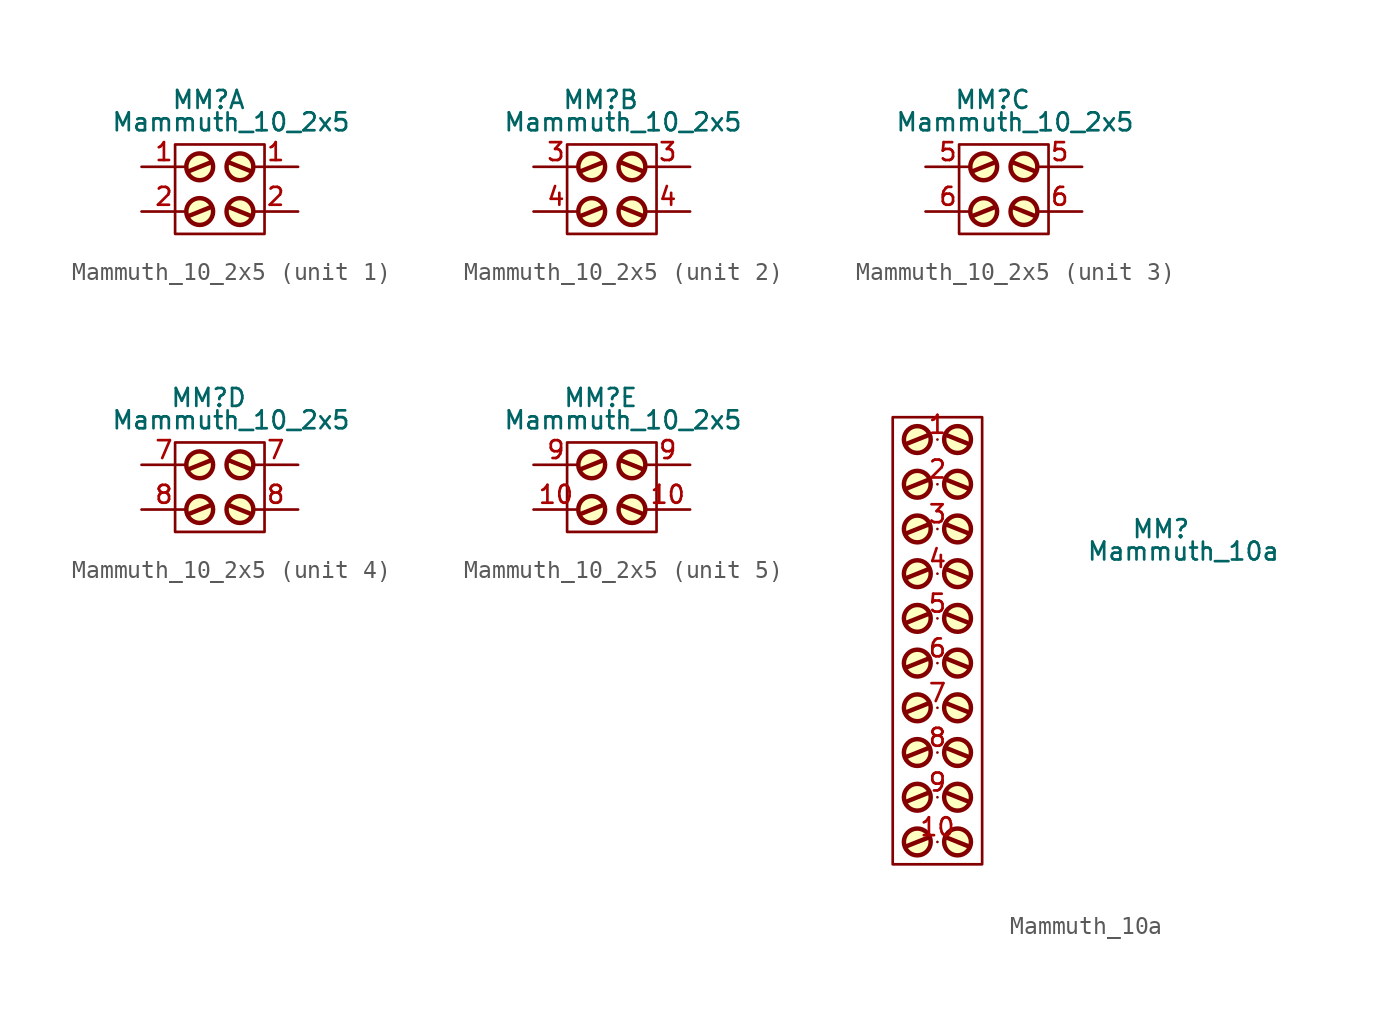
<source format=kicad_sym>
(kicad_symbol_lib
  (version 20211014)
  (generator kicad_symbol_editor)
  (symbol "Mammuth_10_2x5"
    (pin_names
      (offset 0.762) hide)
    (property "Reference" "MM"
      (at 3.81 3.81 0)
      (effects (font (size 1.016 1.016))))
    (property "Value" "Mammuth_10_2x5"
      (at 5.08 2.54 0)
      (effects (font (size 1.016 1.016))))
    (property "Footprint" ""
      (at 5.08 -3.81 0)
      (effects (font (size 1.524 1.524))))
    (property "Datasheet" ""
      (at 5.08 -3.81 0)
      (effects (font (size 1.524 1.524))))
    (symbol "Mammuth_10_2x5_0_1"
      (polyline (pts (xy 3.937 -2.286) (xy 2.667 -2.794)) (stroke (width 0.254) (type default) (color 0 0 0 0)) (fill (type none)))
      (polyline (pts (xy 3.937 0.254) (xy 2.667 -0.254)) (stroke (width 0.254) (type default) (color 0 0 0 0)) (fill (type none)))
      (polyline (pts (xy 4.953 -2.286) (xy 6.223 -2.794)) (stroke (width 0.254) (type default) (color 0 0 0 0)) (fill (type none)))
      (polyline (pts (xy 4.953 0.254) (xy 6.223 -0.254)) (stroke (width 0.254) (type default) (color 0 0 0 0)) (fill (type none)))
      (polyline (pts (xy 1.905 1.27) (xy 6.985 1.27) (xy 6.985 -3.81) (xy 1.905 -3.81) (xy 1.905 1.27)) (stroke (width 0) (type default) (color 0 0 0 0)) (fill (type none)))
      (circle (center 3.302 -2.54) (radius 0.762) (stroke (width 0.254) (type default) (color 0 0 0 0)) (fill (type background)))
      (circle (center 3.302 0) (radius 0.762) (stroke (width 0.254) (type default) (color 0 0 0 0)) (fill (type background)))
      (circle (center 5.588 -2.54) (radius 0.762) (stroke (width 0.254) (type default) (color 0 0 0 0)) (fill (type background)))
      (circle (center 5.588 0) (radius 0.762) (stroke (width 0.254) (type default) (color 0 0 0 0)) (fill (type background))))
    (symbol "Mammuth_10_2x5_1_1"
      (pin passive line (at 0 0 0) (length 2.54) (name "9" (effects (font (size 1.016 1.016)))) (number "1" (effects (font (size 1.016 1.016)))))
      (pin passive line (at 8.89 0 180) (length 2.54) (name "9" (effects (font (size 1.016 1.016)))) (number "1" (effects (font (size 1.016 1.016)))))
      (pin passive line (at 0 -2.54 0) (length 2.54) (name "10" (effects (font (size 1.016 1.016)))) (number "2" (effects (font (size 1.016 1.016)))))
      (pin passive line (at 8.89 -2.54 180) (length 2.54) (name "10" (effects (font (size 1.016 1.016)))) (number "2" (effects (font (size 1.016 1.016))))))
    (symbol "Mammuth_10_2x5_2_1"
      (pin passive line (at 0 0 0) (length 2.54) (name "9" (effects (font (size 1.016 1.016)))) (number "3" (effects (font (size 1.016 1.016)))))
      (pin passive line (at 8.89 0 180) (length 2.54) (name "9" (effects (font (size 1.016 1.016)))) (number "3" (effects (font (size 1.016 1.016)))))
      (pin passive line (at 0 -2.54 0) (length 2.54) (name "10" (effects (font (size 1.016 1.016)))) (number "4" (effects (font (size 1.016 1.016)))))
      (pin passive line (at 8.89 -2.54 180) (length 2.54) (name "10" (effects (font (size 1.016 1.016)))) (number "4" (effects (font (size 1.016 1.016))))))
    (symbol "Mammuth_10_2x5_3_1"
      (pin passive line (at 0 0 0) (length 2.54) (name "9" (effects (font (size 1.016 1.016)))) (number "5" (effects (font (size 1.016 1.016)))))
      (pin passive line (at 8.89 0 180) (length 2.54) (name "9" (effects (font (size 1.016 1.016)))) (number "5" (effects (font (size 1.016 1.016)))))
      (pin passive line (at 0 -2.54 0) (length 2.54) (name "10" (effects (font (size 1.016 1.016)))) (number "6" (effects (font (size 1.016 1.016)))))
      (pin passive line (at 8.89 -2.54 180) (length 2.54) (name "10" (effects (font (size 1.016 1.016)))) (number "6" (effects (font (size 1.016 1.016))))))
    (symbol "Mammuth_10_2x5_4_1"
      (pin passive line (at 0 0 0) (length 2.54) (name "9" (effects (font (size 1.016 1.016)))) (number "7" (effects (font (size 1.016 1.016)))))
      (pin passive line (at 8.89 0 180) (length 2.54) (name "9" (effects (font (size 1.016 1.016)))) (number "7" (effects (font (size 1.016 1.016)))))
      (pin passive line (at 0 -2.54 0) (length 2.54) (name "10" (effects (font (size 1.016 1.016)))) (number "8" (effects (font (size 1.016 1.016)))))
      (pin passive line (at 8.89 -2.54 180) (length 2.54) (name "10" (effects (font (size 1.016 1.016)))) (number "8" (effects (font (size 1.016 1.016))))))
    (symbol "Mammuth_10_2x5_5_1"
      (pin passive line (at 0 -2.54 0) (length 2.54) (name "10" (effects (font (size 1.016 1.016)))) (number "10" (effects (font (size 1.016 1.016)))))
      (pin passive line (at 8.89 -2.54 180) (length 2.54) (name "10" (effects (font (size 1.016 1.016)))) (number "10" (effects (font (size 1.016 1.016)))))
      (pin passive line (at 0 0 0) (length 2.54) (name "9" (effects (font (size 1.016 1.016)))) (number "9" (effects (font (size 1.016 1.016)))))
      (pin passive line (at 8.89 0 180) (length 2.54) (name "9" (effects (font (size 1.016 1.016)))) (number "9" (effects (font (size 1.016 1.016)))))))
  (symbol "Mammuth_10a"
    (pin_names
      (offset 0.762) hide)
    (property "Reference" "MM"
      (at 8.89 6.35 0)
      (effects (font (size 1.016 1.016))))
    (property "Value" "Mammuth_10a"
      (at 10.16 5.08 0)
      (effects (font (size 1.016 1.016))))
    (property "Footprint" ""
      (at -3.175 7.62 0)
      (effects (font (size 1.524 1.524))))
    (property "Datasheet" ""
      (at -3.175 7.62 0)
      (effects (font (size 1.524 1.524))))
    (symbol "Mammuth_10a_0_1"
      (circle (center -4.953 -11.43) (radius 0.762) (stroke (width 0.254) (type default) (color 0 0 0 0)) (fill (type background)))
      (circle (center -4.953 -8.89) (radius 0.762) (stroke (width 0.254) (type default) (color 0 0 0 0)) (fill (type background)))
      (circle (center -4.953 -6.35) (radius 0.762) (stroke (width 0.254) (type default) (color 0 0 0 0)) (fill (type background)))
      (circle (center -4.953 -3.81) (radius 0.762) (stroke (width 0.254) (type default) (color 0 0 0 0)) (fill (type background)))
      (circle (center -4.953 -1.27) (radius 0.762) (stroke (width 0.254) (type default) (color 0 0 0 0)) (fill (type background)))
      (circle (center -4.953 1.27) (radius 0.762) (stroke (width 0.254) (type default) (color 0 0 0 0)) (fill (type background)))
      (circle (center -4.953 3.81) (radius 0.762) (stroke (width 0.254) (type default) (color 0 0 0 0)) (fill (type background)))
      (circle (center -4.953 6.35) (radius 0.762) (stroke (width 0.254) (type default) (color 0 0 0 0)) (fill (type background)))
      (circle (center -4.953 8.89) (radius 0.762) (stroke (width 0.254) (type default) (color 0 0 0 0)) (fill (type background)))
      (circle (center -4.953 11.43) (radius 0.762) (stroke (width 0.254) (type default) (color 0 0 0 0)) (fill (type background)))
      (circle (center -2.667 -11.43) (radius 0.762) (stroke (width 0.254) (type default) (color 0 0 0 0)) (fill (type background)))
      (circle (center -2.667 -8.89) (radius 0.762) (stroke (width 0.254) (type default) (color 0 0 0 0)) (fill (type background)))
      (circle (center -2.667 -6.35) (radius 0.762) (stroke (width 0.254) (type default) (color 0 0 0 0)) (fill (type background)))
      (circle (center -2.667 -3.81) (radius 0.762) (stroke (width 0.254) (type default) (color 0 0 0 0)) (fill (type background)))
      (circle (center -2.667 -1.27) (radius 0.762) (stroke (width 0.254) (type default) (color 0 0 0 0)) (fill (type background)))
      (circle (center -2.667 1.27) (radius 0.762) (stroke (width 0.254) (type default) (color 0 0 0 0)) (fill (type background)))
      (circle (center -2.667 3.81) (radius 0.762) (stroke (width 0.254) (type default) (color 0 0 0 0)) (fill (type background)))
      (circle (center -2.667 6.35) (radius 0.762) (stroke (width 0.254) (type default) (color 0 0 0 0)) (fill (type background)))
      (circle (center -2.667 8.89) (radius 0.762) (stroke (width 0.254) (type default) (color 0 0 0 0)) (fill (type background)))
      (circle (center -2.667 11.43) (radius 0.762) (stroke (width 0.254) (type default) (color 0 0 0 0)) (fill (type background)))
      (polyline (pts (xy -4.318 -11.176) (xy -5.588 -11.684)) (stroke (width 0.254) (type default) (color 0 0 0 0)) (fill (type none)))
      (polyline (pts (xy -4.318 -8.636) (xy -5.588 -9.144)) (stroke (width 0.254) (type default) (color 0 0 0 0)) (fill (type none)))
      (polyline (pts (xy -4.318 -6.096) (xy -5.588 -6.604)) (stroke (width 0.254) (type default) (color 0 0 0 0)) (fill (type none)))
      (polyline (pts (xy -4.318 -3.556) (xy -5.588 -4.064)) (stroke (width 0.254) (type default) (color 0 0 0 0)) (fill (type none)))
      (polyline (pts (xy -4.318 -1.016) (xy -5.588 -1.524)) (stroke (width 0.254) (type default) (color 0 0 0 0)) (fill (type none)))
      (polyline (pts (xy -4.318 1.524) (xy -5.588 1.016)) (stroke (width 0.254) (type default) (color 0 0 0 0)) (fill (type none)))
      (polyline (pts (xy -4.318 4.064) (xy -5.588 3.556)) (stroke (width 0.254) (type default) (color 0 0 0 0)) (fill (type none)))
      (polyline (pts (xy -4.318 6.604) (xy -5.588 6.096)) (stroke (width 0.254) (type default) (color 0 0 0 0)) (fill (type none)))
      (polyline (pts (xy -4.318 9.144) (xy -5.588 8.636)) (stroke (width 0.254) (type default) (color 0 0 0 0)) (fill (type none)))
      (polyline (pts (xy -4.318 11.684) (xy -5.588 11.176)) (stroke (width 0.254) (type default) (color 0 0 0 0)) (fill (type none)))
      (polyline (pts (xy -3.302 -11.176) (xy -2.032 -11.684)) (stroke (width 0.254) (type default) (color 0 0 0 0)) (fill (type none)))
      (polyline (pts (xy -3.302 -8.636) (xy -2.032 -9.144)) (stroke (width 0.254) (type default) (color 0 0 0 0)) (fill (type none)))
      (polyline (pts (xy -3.302 -6.096) (xy -2.032 -6.604)) (stroke (width 0.254) (type default) (color 0 0 0 0)) (fill (type none)))
      (polyline (pts (xy -3.302 -3.556) (xy -2.032 -4.064)) (stroke (width 0.254) (type default) (color 0 0 0 0)) (fill (type none)))
      (polyline (pts (xy -3.302 -1.016) (xy -2.032 -1.524)) (stroke (width 0.254) (type default) (color 0 0 0 0)) (fill (type none)))
      (polyline (pts (xy -3.302 1.524) (xy -2.032 1.016)) (stroke (width 0.254) (type default) (color 0 0 0 0)) (fill (type none)))
      (polyline (pts (xy -3.302 4.064) (xy -2.032 3.556)) (stroke (width 0.254) (type default) (color 0 0 0 0)) (fill (type none)))
      (polyline (pts (xy -3.302 6.604) (xy -2.032 6.096)) (stroke (width 0.254) (type default) (color 0 0 0 0)) (fill (type none)))
      (polyline (pts (xy -3.302 9.144) (xy -2.032 8.636)) (stroke (width 0.254) (type default) (color 0 0 0 0)) (fill (type none)))
      (polyline (pts (xy -3.302 11.684) (xy -2.032 11.176)) (stroke (width 0.254) (type default) (color 0 0 0 0)) (fill (type none)))
      (polyline (pts (xy -6.35 12.7) (xy -1.27 12.7) (xy -1.27 -12.7) (xy -6.35 -12.7) (xy -6.35 12.7)) (stroke (width 0) (type default) (color 0 0 0 0)) (fill (type none))))
    (symbol "Mammuth_10a_1_1"
      (pin passive line (at -3.81 11.43 0) (length 0) (name "1" (effects (font (size 1.016 1.016)))) (number "1" (effects (font (size 1.016 1.016)))))
      (pin passive line (at -3.81 -11.43 0) (length 0) (name "10" (effects (font (size 1.016 1.016)))) (number "10" (effects (font (size 1.016 1.016)))))
      (pin passive line (at -3.81 8.89 0) (length 0) (name "2" (effects (font (size 1.016 1.016)))) (number "2" (effects (font (size 1.016 1.016)))))
      (pin passive line (at -3.81 6.35 0) (length 0) (name "3" (effects (font (size 1.016 1.016)))) (number "3" (effects (font (size 1.016 1.016)))))
      (pin passive line (at -3.81 3.81 0) (length 0) (name "4" (effects (font (size 1.016 1.016)))) (number "4" (effects (font (size 1.016 1.016)))))
      (pin passive line (at -3.81 1.27 0) (length 0) (name "5" (effects (font (size 1.016 1.016)))) (number "5" (effects (font (size 1.016 1.016)))))
      (pin passive line (at -3.81 -1.27 0) (length 0) (name "6" (effects (font (size 1.016 1.016)))) (number "6" (effects (font (size 1.016 1.016)))))
      (pin passive line (at -3.81 -3.81 0) (length 0) (name "7" (effects (font (size 1.016 1.016)))) (number "7" (effects (font (size 1.016 1.016)))))
      (pin passive line (at -3.81 -6.35 0) (length 0) (name "8" (effects (font (size 1.016 1.016)))) (number "8" (effects (font (size 1.016 1.016)))))
      (pin passive line (at -3.81 -8.89 0) (length 0) (name "9" (effects (font (size 1.016 1.016)))) (number "9" (effects (font (size 1.016 1.016))))))))
</source>
